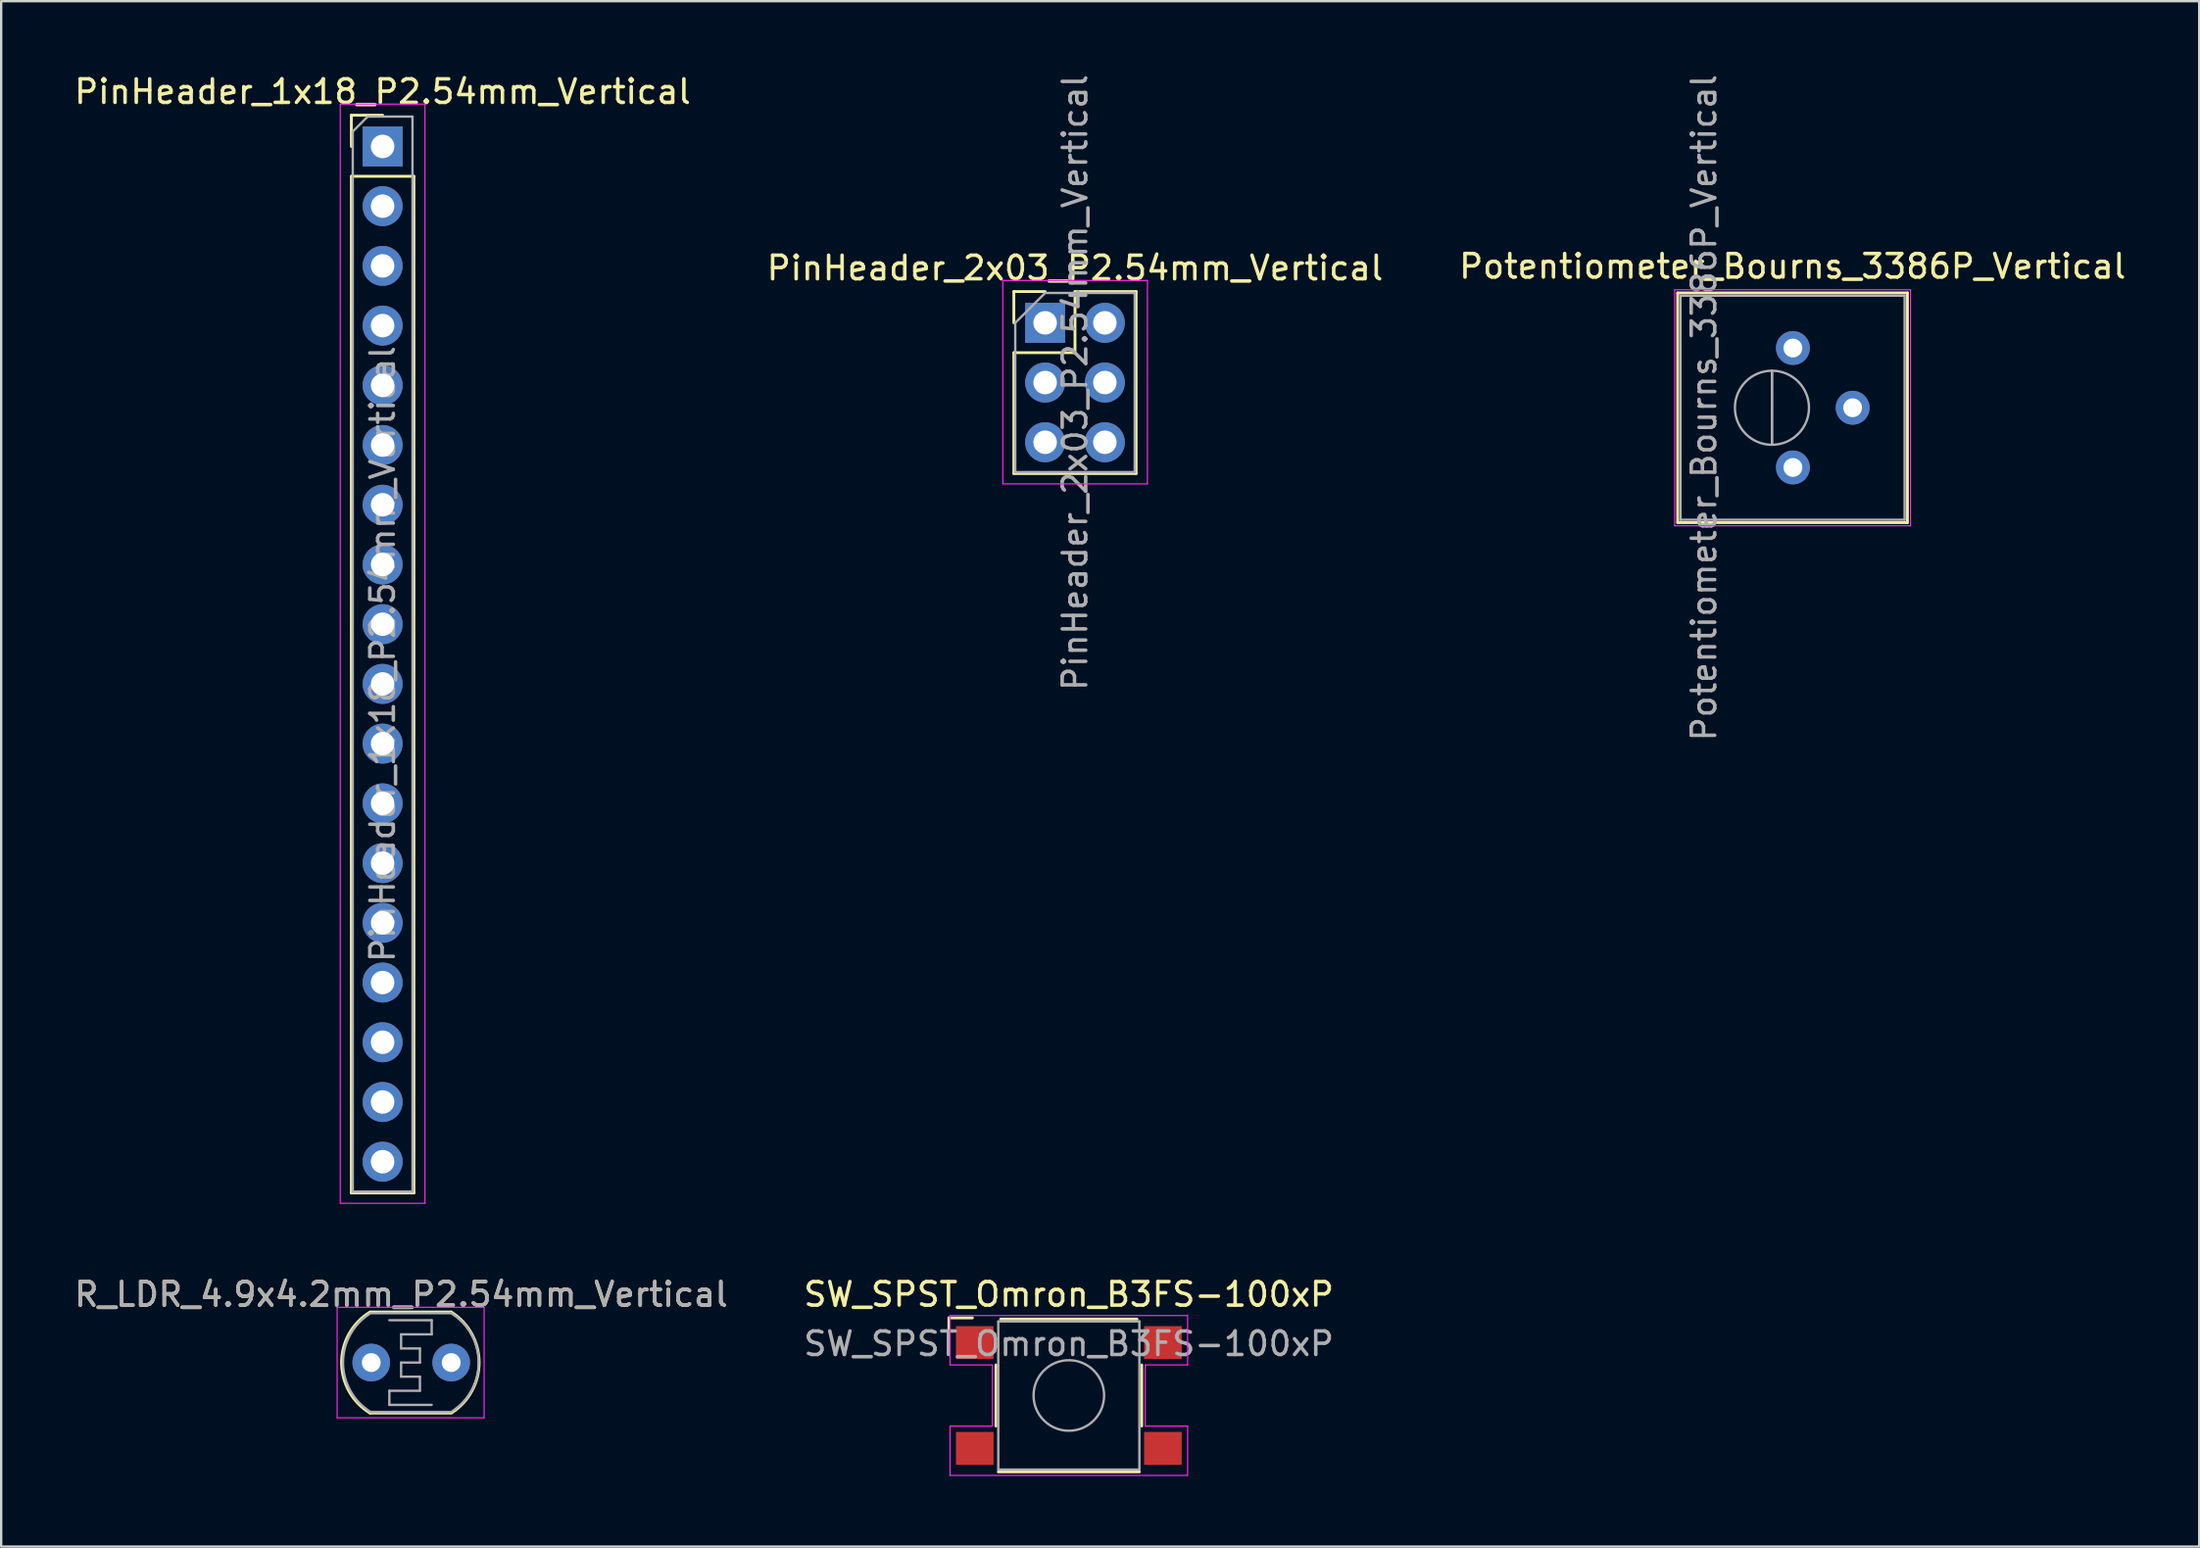
<source format=kicad_pcb>
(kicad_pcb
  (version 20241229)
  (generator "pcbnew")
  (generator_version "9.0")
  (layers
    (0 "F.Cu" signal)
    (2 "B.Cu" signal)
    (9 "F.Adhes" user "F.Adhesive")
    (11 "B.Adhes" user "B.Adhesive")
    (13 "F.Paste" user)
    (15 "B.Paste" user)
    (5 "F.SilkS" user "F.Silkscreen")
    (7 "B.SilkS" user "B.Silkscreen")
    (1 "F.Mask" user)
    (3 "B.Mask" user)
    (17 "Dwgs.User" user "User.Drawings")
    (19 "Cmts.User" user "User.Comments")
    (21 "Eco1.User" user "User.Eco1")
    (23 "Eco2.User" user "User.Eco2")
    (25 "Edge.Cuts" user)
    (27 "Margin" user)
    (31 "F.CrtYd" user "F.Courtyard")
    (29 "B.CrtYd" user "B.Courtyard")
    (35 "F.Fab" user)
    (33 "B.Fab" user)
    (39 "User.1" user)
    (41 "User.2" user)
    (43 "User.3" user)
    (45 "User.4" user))
  (footprint "PinHeader_1x18_P2.54mm_Vertical"
    (layer "F.Cu")
    (at 13.22 3.178)
    (property "Reference" "PinHeader_1x18_P2.54mm_Vertical" (at 0 -2.33 0) (layer "F.SilkS") (effects (font (size 1 1) (thickness 0.15))))
    (attr smd)
    (fp_line (start -1.33 -1.33) (end 0 -1.33) (stroke (width 0.12) (type solid)) (layer "F.SilkS"))
    (fp_line (start -1.33 0) (end -1.33 -1.33) (stroke (width 0.12) (type solid)) (layer "F.SilkS"))
    (fp_line (start -1.33 1.27) (end -1.33 44.51) (stroke (width 0.12) (type solid)) (layer "F.SilkS"))
    (fp_line (start -1.33 1.27) (end 1.33 1.27) (stroke (width 0.12) (type solid)) (layer "F.SilkS"))
    (fp_line (start -1.33 44.51) (end 1.33 44.51) (stroke (width 0.12) (type solid)) (layer "F.SilkS"))
    (fp_line (start 1.33 1.27) (end 1.33 44.51) (stroke (width 0.12) (type solid)) (layer "F.SilkS"))
    (fp_line (start -1.8 -1.8) (end -1.8 44.95) (stroke (width 0.05) (type solid)) (layer "F.CrtYd"))
    (fp_line (start -1.8 44.95) (end 1.8 44.95) (stroke (width 0.05) (type solid)) (layer "F.CrtYd"))
    (fp_line (start 1.8 -1.8) (end -1.8 -1.8) (stroke (width 0.05) (type solid)) (layer "F.CrtYd"))
    (fp_line (start 1.8 44.95) (end 1.8 -1.8) (stroke (width 0.05) (type solid)) (layer "F.CrtYd"))
    (fp_line (start -1.27 -0.635) (end -0.635 -1.27) (stroke (width 0.1) (type solid)) (layer "F.Fab"))
    (fp_line (start -1.27 44.45) (end -1.27 -0.635) (stroke (width 0.1) (type solid)) (layer "F.Fab"))
    (fp_line (start -0.635 -1.27) (end 1.27 -1.27) (stroke (width 0.1) (type solid)) (layer "F.Fab"))
    (fp_line (start 1.27 -1.27) (end 1.27 44.45) (stroke (width 0.1) (type solid)) (layer "F.Fab"))
    (fp_line (start 1.27 44.45) (end -1.27 44.45) (stroke (width 0.1) (type solid)) (layer "F.Fab"))
    (fp_text user "${REFERENCE}" (at 0 21.59 90) (layer "F.Fab") (effects (font (size 1 1) (thickness 0.15))))
    (pad "1" thru_hole rect (at 0 0) (size 1.7 1.7) (drill 1) (layers "*.Cu" "*.Mask"))
    (pad "2" thru_hole oval (at 0 2.54) (size 1.7 1.7) (drill 1) (layers "*.Cu" "*.Mask"))
    (pad "3" thru_hole oval (at 0 5.08) (size 1.7 1.7) (drill 1) (layers "*.Cu" "*.Mask"))
    (pad "4" thru_hole oval (at 0 7.62) (size 1.7 1.7) (drill 1) (layers "*.Cu" "*.Mask"))
    (pad "5" thru_hole oval (at 0 10.16) (size 1.7 1.7) (drill 1) (layers "*.Cu" "*.Mask"))
    (pad "6" thru_hole oval (at 0 12.7) (size 1.7 1.7) (drill 1) (layers "*.Cu" "*.Mask"))
    (pad "7" thru_hole oval (at 0 15.24) (size 1.7 1.7) (drill 1) (layers "*.Cu" "*.Mask"))
    (pad "8" thru_hole oval (at 0 17.78) (size 1.7 1.7) (drill 1) (layers "*.Cu" "*.Mask"))
    (pad "9" thru_hole oval (at 0 20.32) (size 1.7 1.7) (drill 1) (layers "*.Cu" "*.Mask"))
    (pad "10" thru_hole oval (at 0 22.86) (size 1.7 1.7) (drill 1) (layers "*.Cu" "*.Mask"))
    (pad "11" thru_hole oval (at 0 25.4) (size 1.7 1.7) (drill 1) (layers "*.Cu" "*.Mask"))
    (pad "12" thru_hole oval (at 0 27.94) (size 1.7 1.7) (drill 1) (layers "*.Cu" "*.Mask"))
    (pad "13" thru_hole oval (at 0 30.48) (size 1.7 1.7) (drill 1) (layers "*.Cu" "*.Mask"))
    (pad "14" thru_hole oval (at 0 33.02) (size 1.7 1.7) (drill 1) (layers "*.Cu" "*.Mask"))
    (pad "15" thru_hole oval (at 0 35.56) (size 1.7 1.7) (drill 1) (layers "*.Cu" "*.Mask"))
    (pad "16" thru_hole oval (at 0 38.1) (size 1.7 1.7) (drill 1) (layers "*.Cu" "*.Mask"))
    (pad "17" thru_hole oval (at 0 40.64) (size 1.7 1.7) (drill 1) (layers "*.Cu" "*.Mask"))
    (pad "18" thru_hole oval (at 0 43.18) (size 1.7 1.7) (drill 1) (layers "*.Cu" "*.Mask")))
  (footprint "Potentiometer_Bourns_3386P_Vertical"
    (layer "F.Cu")
    (at 73.188 16.832)
    (property "Reference" "Potentiometer_Bourns_3386P_Vertical" (at -0.015 -8.555 0) (layer "F.SilkS") (effects (font (size 1 1) (thickness 0.15))))
    (attr smd)
    (fp_line (start -4.9 -7.425) (end -4.9 2.345) (stroke (width 0.12) (type solid)) (layer "F.SilkS"))
    (fp_line (start -4.9 -7.425) (end 4.87 -7.425) (stroke (width 0.12) (type solid)) (layer "F.SilkS"))
    (fp_line (start -4.9 2.345) (end 4.87 2.345) (stroke (width 0.12) (type solid)) (layer "F.SilkS"))
    (fp_line (start 4.87 -7.425) (end 4.87 2.345) (stroke (width 0.12) (type solid)) (layer "F.SilkS"))
    (fp_line (start -5.03 -7.56) (end -5.03 2.48) (stroke (width 0.05) (type solid)) (layer "F.CrtYd"))
    (fp_line (start -5.03 2.48) (end 5 2.48) (stroke (width 0.05) (type solid)) (layer "F.CrtYd"))
    (fp_line (start 5 -7.56) (end -5.03 -7.56) (stroke (width 0.05) (type solid)) (layer "F.CrtYd"))
    (fp_line (start 5 2.48) (end 5 -7.56) (stroke (width 0.05) (type solid)) (layer "F.CrtYd"))
    (fp_line (start -4.78 -7.305) (end -4.78 2.225) (stroke (width 0.1) (type solid)) (layer "F.Fab"))
    (fp_line (start -4.78 2.225) (end 4.75 2.225) (stroke (width 0.1) (type solid)) (layer "F.Fab"))
    (fp_line (start -0.891 -0.98) (end -0.89 -4.099) (stroke (width 0.1) (type solid)) (layer "F.Fab"))
    (fp_line (start -0.891 -0.98) (end -0.89 -4.099) (stroke (width 0.1) (type solid)) (layer "F.Fab"))
    (fp_line (start 4.75 -7.305) (end -4.78 -7.305) (stroke (width 0.1) (type solid)) (layer "F.Fab"))
    (fp_line (start 4.75 2.225) (end 4.75 -7.305) (stroke (width 0.1) (type solid)) (layer "F.Fab"))
    (fp_circle (center -0.891 -2.54) (end 0.684 -2.54) (stroke (width 0.1) (type solid)) (fill no) (layer "F.Fab"))
    (fp_text user "${REFERENCE}" (at -3.78 -2.54 90) (layer "F.Fab") (effects (font (size 1 1) (thickness 0.15))))
    (pad "1" thru_hole circle (at 0 0) (size 1.44 1.44) (drill 0.8) (layers "*.Cu" "*.Mask"))
    (pad "2" thru_hole circle (at 2.54 -2.54) (size 1.44 1.44) (drill 0.8) (layers "*.Cu" "*.Mask"))
    (pad "3" thru_hole circle (at 0 -5.08) (size 1.44 1.44) (drill 0.8) (layers "*.Cu" "*.Mask")))
  (footprint "SW_SPST_Omron_B3FS-100xP"
    (layer "F.Cu")
    (at 42.399 56.301)
    (property "Reference" "SW_SPST_Omron_B3FS-100xP" (at 0 -4.3 0) (layer "F.SilkS") (effects (font (size 1 1) (thickness 0.15))))
    (attr smd)
    (fp_line (start -5.1 -3.3) (end -4.1 -3.3) (stroke (width 0.12) (type solid)) (layer "F.SilkS"))
    (fp_line (start -5.1 -2.3) (end -5.1 -3.3) (stroke (width 0.12) (type solid)) (layer "F.SilkS"))
    (fp_line (start -3.1 -1.3) (end -3.1 1.3) (stroke (width 0.12) (type solid)) (layer "F.SilkS"))
    (fp_line (start 2.9 -3.25) (end -2.9 -3.25) (stroke (width 0.12) (type solid)) (layer "F.SilkS"))
    (fp_line (start 3 3.25) (end -3 3.25) (stroke (width 0.12) (type solid)) (layer "F.SilkS"))
    (fp_line (start 3.1 -1.3) (end 3.1 1.3) (stroke (width 0.12) (type solid)) (layer "F.SilkS"))
    (fp_line (start -5.05 -3.4) (end 5.05 -3.4) (stroke (width 0.05) (type solid)) (layer "F.CrtYd"))
    (fp_line (start -5.05 -1.3) (end -5.05 -3.4) (stroke (width 0.05) (type solid)) (layer "F.CrtYd"))
    (fp_line (start -5.05 1.3) (end -3.25 1.3) (stroke (width 0.05) (type solid)) (layer "F.CrtYd"))
    (fp_line (start -5.05 3.4) (end -5.05 1.3) (stroke (width 0.05) (type solid)) (layer "F.CrtYd"))
    (fp_line (start -3.25 -1.3) (end -5.05 -1.3) (stroke (width 0.05) (type solid)) (layer "F.CrtYd"))
    (fp_line (start -3.25 1.3) (end -3.25 -1.3) (stroke (width 0.05) (type solid)) (layer "F.CrtYd"))
    (fp_line (start 3.25 -1.3) (end 3.25 1.3) (stroke (width 0.05) (type solid)) (layer "F.CrtYd"))
    (fp_line (start 3.25 1.3) (end 5.05 1.3) (stroke (width 0.05) (type solid)) (layer "F.CrtYd"))
    (fp_line (start 5.05 -3.4) (end 5.05 -1.3) (stroke (width 0.05) (type solid)) (layer "F.CrtYd"))
    (fp_line (start 5.05 -1.3) (end 3.25 -1.3) (stroke (width 0.05) (type solid)) (layer "F.CrtYd"))
    (fp_line (start 5.05 1.3) (end 5.05 3.4) (stroke (width 0.05) (type solid)) (layer "F.CrtYd"))
    (fp_line (start 5.05 3.4) (end -5.05 3.4) (stroke (width 0.05) (type solid)) (layer "F.CrtYd"))
    (fp_line (start -3 -3.15) (end 3 -3.15) (stroke (width 0.1) (type solid)) (layer "F.Fab"))
    (fp_line (start -3 3.15) (end -3 -3.15) (stroke (width 0.1) (type solid)) (layer "F.Fab"))
    (fp_line (start 3 -3.15) (end 3 3.15) (stroke (width 0.1) (type solid)) (layer "F.Fab"))
    (fp_line (start 3 3.15) (end -3 3.15) (stroke (width 0.1) (type solid)) (layer "F.Fab"))
    (fp_circle (center 0 0) (end 1.5 0) (stroke (width 0.1) (type solid)) (fill no) (layer "F.Fab"))
    (fp_text user "${REFERENCE}" (at 0 -2.2 0) (layer "F.Fab") (effects (font (size 1 1) (thickness 0.15))))
    (pad "1" smd rect (at -4 -2.25 180) (size 1.6 1.4) (layers "F.Cu" "F.Mask" "F.Paste"))
    (pad "2" smd rect (at 4 -2.25 180) (size 1.6 1.4) (layers "F.Cu" "F.Mask" "F.Paste"))
    (pad "3" smd rect (at -4 2.25 180) (size 1.6 1.4) (layers "F.Cu" "F.Mask" "F.Paste"))
    (pad "4" smd rect (at 4 2.25 180) (size 1.6 1.4) (layers "F.Cu" "F.Mask" "F.Paste")))
  (footprint "R_LDR_4.9x4.2mm_P2.54mm_Vertical"
    (layer "F.Cu")
    (at 12.736 54.901)
    (property "Reference" "R_LDR_4.9x4.2mm_P2.54mm_Vertical" (at 1.27 -2.9 0) (layer "F.SilkS") (effects (font (size 1 1) (thickness 0.15))))
    (attr smd)
    (fp_line (start -0.05 -2.15) (end 3.4 -2.15) (stroke (width 0.12) (type solid)) (layer "F.SilkS"))
    (fp_line (start -0.05 2.15) (end 3.4 2.15) (stroke (width 0.12) (type solid)) (layer "F.SilkS"))
    (fp_arc (start -0.05 2.15) (mid -1.262424 0.01494) (end -0.075476 -2.134388) (stroke (width 0.12) (type solid)) (layer "F.SilkS"))
    (fp_arc (start 3.4 -2.15) (mid 4.588646 -0.016616) (end 3.428027 2.132145) (stroke (width 0.12) (type solid)) (layer "F.SilkS"))
    (fp_line (start -1.45 -2.35) (end -1.45 2.35) (stroke (width 0.05) (type solid)) (layer "F.CrtYd"))
    (fp_line (start -1.45 -2.35) (end 4.8 -2.35) (stroke (width 0.05) (type solid)) (layer "F.CrtYd"))
    (fp_line (start 4.8 2.35) (end -1.45 2.35) (stroke (width 0.05) (type solid)) (layer "F.CrtYd"))
    (fp_line (start 4.8 2.35) (end 4.8 -2.35) (stroke (width 0.05) (type solid)) (layer "F.CrtYd"))
    (fp_line (start -0.03 -2.1) (end 3.4 -2.1) (stroke (width 0.1) (type solid)) (layer "F.Fab"))
    (fp_line (start 0.77 -1.8) (end 2.57 -1.8) (stroke (width 0.1) (type solid)) (layer "F.Fab"))
    (fp_line (start 0.77 1.2) (end 0.77 1.8) (stroke (width 0.1) (type solid)) (layer "F.Fab"))
    (fp_line (start 0.77 1.2) (end 2.07 1.2) (stroke (width 0.1) (type solid)) (layer "F.Fab"))
    (fp_line (start 0.77 1.8) (end 2.57 1.8) (stroke (width 0.1) (type solid)) (layer "F.Fab"))
    (fp_line (start 1.27 -1.2) (end 1.27 -0.6) (stroke (width 0.1) (type solid)) (layer "F.Fab"))
    (fp_line (start 1.27 -1.2) (end 2.57 -1.2) (stroke (width 0.1) (type solid)) (layer "F.Fab"))
    (fp_line (start 1.27 0) (end 1.27 0.6) (stroke (width 0.1) (type solid)) (layer "F.Fab"))
    (fp_line (start 1.27 0) (end 2.07 0) (stroke (width 0.1) (type solid)) (layer "F.Fab"))
    (fp_line (start 2.07 -0.6) (end 1.27 -0.6) (stroke (width 0.1) (type solid)) (layer "F.Fab"))
    (fp_line (start 2.07 -0.6) (end 2.07 0) (stroke (width 0.1) (type solid)) (layer "F.Fab"))
    (fp_line (start 2.07 0.6) (end 1.27 0.6) (stroke (width 0.1) (type solid)) (layer "F.Fab"))
    (fp_line (start 2.07 0.6) (end 2.07 1.2) (stroke (width 0.1) (type solid)) (layer "F.Fab"))
    (fp_line (start 2.57 -1.8) (end 2.57 -1.2) (stroke (width 0.1) (type solid)) (layer "F.Fab"))
    (fp_line (start 3.4 2.1) (end -0.03 2.1) (stroke (width 0.1) (type solid)) (layer "F.Fab"))
    (fp_arc (start -0.03 2.1) (mid -1.199612 0.031921) (end -0.083843 -2.065698) (stroke (width 0.1) (type solid)) (layer "F.Fab"))
    (fp_arc (start 3.4 -2.1) (mid 4.569612 -0.031921) (end 3.453843 2.065698) (stroke (width 0.1) (type solid)) (layer "F.Fab"))
    (fp_text user "${REFERENCE}" (at 1.27 -2.9 0) (layer "F.Fab") (effects (font (size 1 1) (thickness 0.15))))
    (pad "1" thru_hole circle (at 0 0) (size 1.6 1.6) (drill 0.8) (layers "*.Cu" "*.Mask"))
    (pad "2" thru_hole circle (at 3.4 0) (size 1.6 1.6) (drill 0.8) (layers "*.Cu" "*.Mask")))
  (footprint "PinHeader_2x03_P2.54mm_Vertical"
    (layer "F.Cu")
    (at 41.391 10.68)
    (property "Reference" "PinHeader_2x03_P2.54mm_Vertical" (at 1.27 -2.33 0) (layer "F.SilkS") (effects (font (size 1 1) (thickness 0.15))))
    (attr smd)
    (fp_line (start -1.33 -1.33) (end 0 -1.33) (stroke (width 0.12) (type solid)) (layer "F.SilkS"))
    (fp_line (start -1.33 0) (end -1.33 -1.33) (stroke (width 0.12) (type solid)) (layer "F.SilkS"))
    (fp_line (start -1.33 1.27) (end -1.33 6.41) (stroke (width 0.12) (type solid)) (layer "F.SilkS"))
    (fp_line (start -1.33 1.27) (end 1.27 1.27) (stroke (width 0.12) (type solid)) (layer "F.SilkS"))
    (fp_line (start -1.33 6.41) (end 3.87 6.41) (stroke (width 0.12) (type solid)) (layer "F.SilkS"))
    (fp_line (start 1.27 -1.33) (end 3.87 -1.33) (stroke (width 0.12) (type solid)) (layer "F.SilkS"))
    (fp_line (start 1.27 1.27) (end 1.27 -1.33) (stroke (width 0.12) (type solid)) (layer "F.SilkS"))
    (fp_line (start 3.87 -1.33) (end 3.87 6.41) (stroke (width 0.12) (type solid)) (layer "F.SilkS"))
    (fp_line (start -1.8 -1.8) (end -1.8 6.85) (stroke (width 0.05) (type solid)) (layer "F.CrtYd"))
    (fp_line (start -1.8 6.85) (end 4.35 6.85) (stroke (width 0.05) (type solid)) (layer "F.CrtYd"))
    (fp_line (start 4.35 -1.8) (end -1.8 -1.8) (stroke (width 0.05) (type solid)) (layer "F.CrtYd"))
    (fp_line (start 4.35 6.85) (end 4.35 -1.8) (stroke (width 0.05) (type solid)) (layer "F.CrtYd"))
    (fp_line (start -1.27 0) (end 0 -1.27) (stroke (width 0.1) (type solid)) (layer "F.Fab"))
    (fp_line (start -1.27 6.35) (end -1.27 0) (stroke (width 0.1) (type solid)) (layer "F.Fab"))
    (fp_line (start 0 -1.27) (end 3.81 -1.27) (stroke (width 0.1) (type solid)) (layer "F.Fab"))
    (fp_line (start 3.81 -1.27) (end 3.81 6.35) (stroke (width 0.1) (type solid)) (layer "F.Fab"))
    (fp_line (start 3.81 6.35) (end -1.27 6.35) (stroke (width 0.1) (type solid)) (layer "F.Fab"))
    (fp_text user "${REFERENCE}" (at 1.27 2.54 90) (layer "F.Fab") (effects (font (size 1 1) (thickness 0.15))))
    (pad "1" thru_hole rect (at 0 0) (size 1.7 1.7) (drill 1) (layers "*.Cu" "*.Mask"))
    (pad "2" thru_hole oval (at 2.54 0) (size 1.7 1.7) (drill 1) (layers "*.Cu" "*.Mask"))
    (pad "3" thru_hole oval (at 0 2.54) (size 1.7 1.7) (drill 1) (layers "*.Cu" "*.Mask"))
    (pad "4" thru_hole oval (at 2.54 2.54) (size 1.7 1.7) (drill 1) (layers "*.Cu" "*.Mask"))
    (pad "5" thru_hole oval (at 0 5.08) (size 1.7 1.7) (drill 1) (layers "*.Cu" "*.Mask"))
    (pad "6" thru_hole oval (at 2.54 5.08) (size 1.7 1.7) (drill 1) (layers "*.Cu" "*.Mask")))
  (gr_rect
    (start -3 -3)
    (end 90.464 62.727)
    (stroke (width 0.1) (type default))
    (fill no)
    (layer "Edge.Cuts")))
</source>
